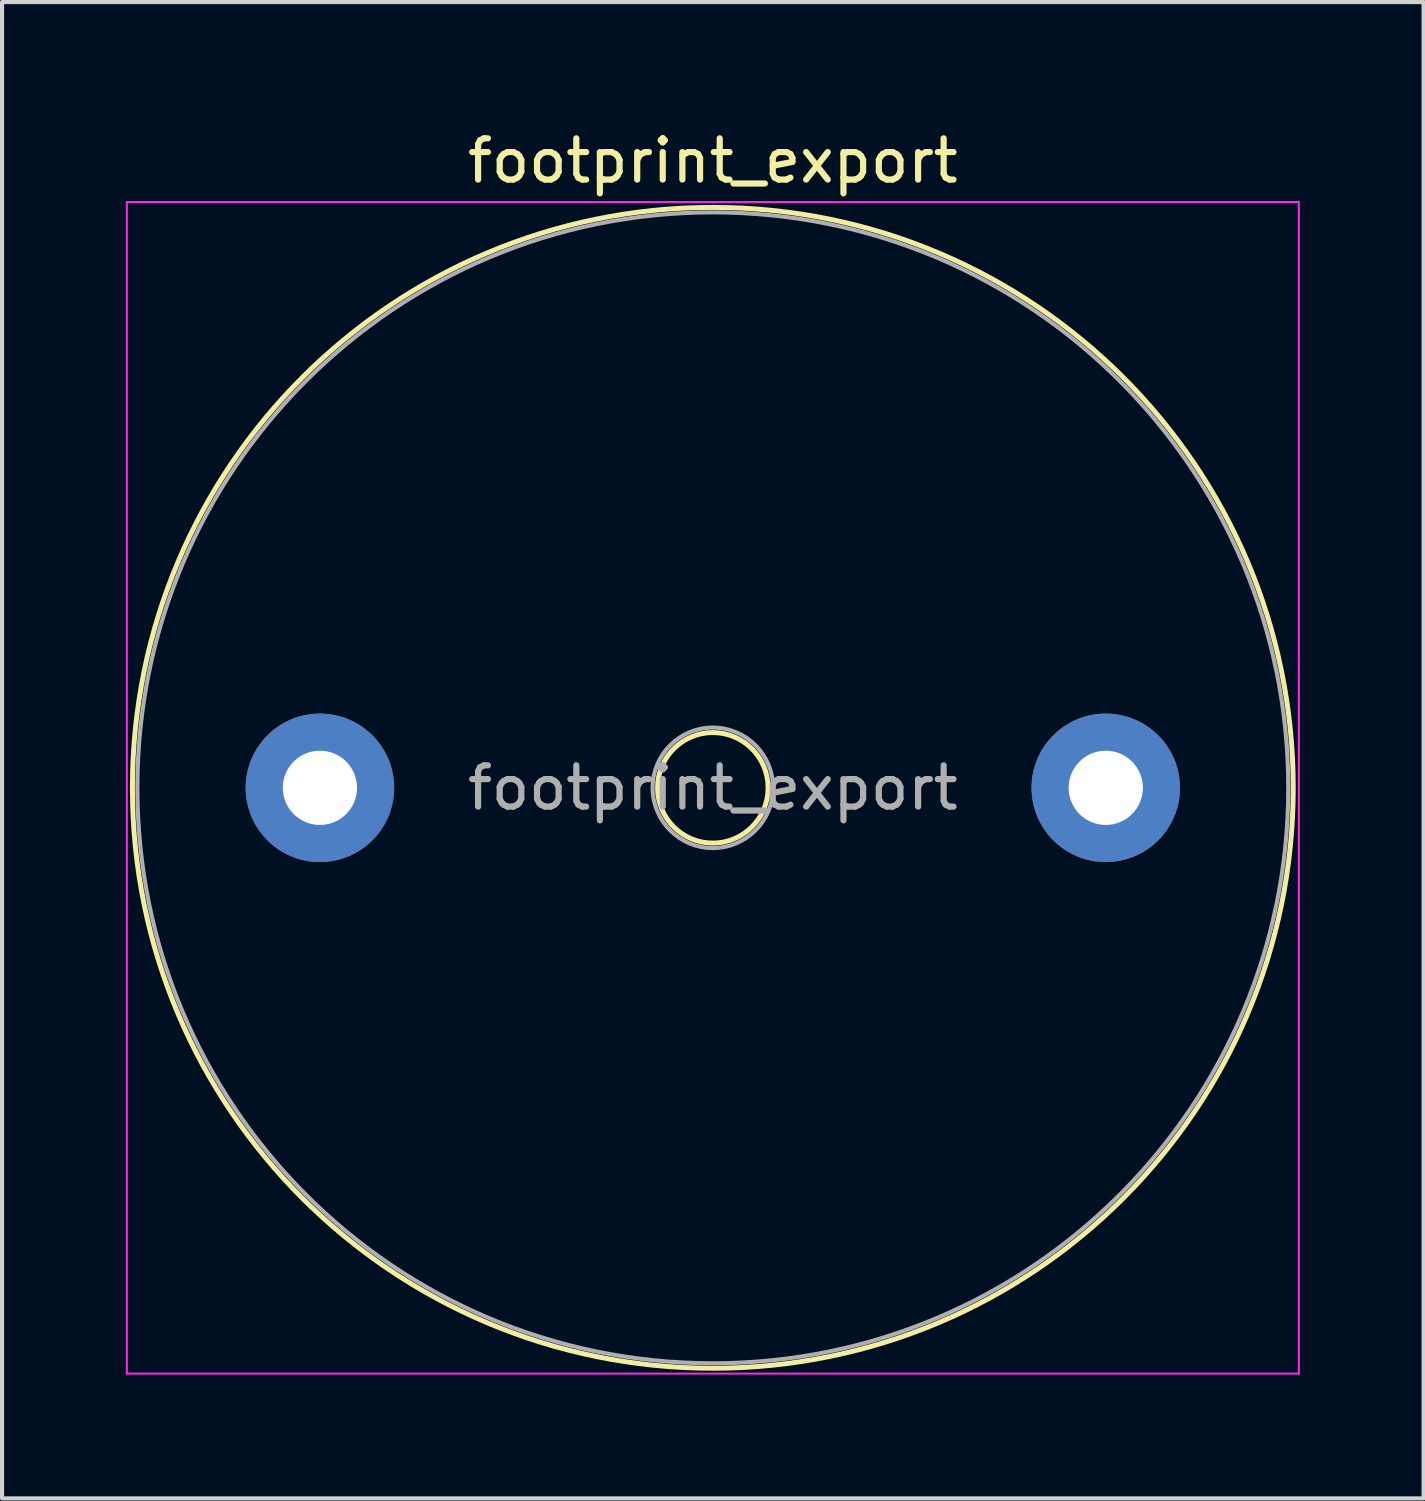
<source format=kicad_pcb>
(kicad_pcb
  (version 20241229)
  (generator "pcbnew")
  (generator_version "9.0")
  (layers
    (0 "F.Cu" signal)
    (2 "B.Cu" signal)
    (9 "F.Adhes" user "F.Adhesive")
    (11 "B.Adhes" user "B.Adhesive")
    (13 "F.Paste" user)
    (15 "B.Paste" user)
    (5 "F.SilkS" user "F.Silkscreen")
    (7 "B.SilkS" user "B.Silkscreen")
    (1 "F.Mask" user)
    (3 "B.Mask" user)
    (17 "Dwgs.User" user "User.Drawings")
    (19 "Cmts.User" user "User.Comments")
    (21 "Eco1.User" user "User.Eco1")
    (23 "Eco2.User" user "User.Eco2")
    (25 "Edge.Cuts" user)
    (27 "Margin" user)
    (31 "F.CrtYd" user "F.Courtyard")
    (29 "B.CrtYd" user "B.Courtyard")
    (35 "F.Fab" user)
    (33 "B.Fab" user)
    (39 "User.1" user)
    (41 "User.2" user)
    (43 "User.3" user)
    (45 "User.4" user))
  (footprint "footprint_export"
    (layer "F.Cu")
    (at 4.705 16.048)
    (property "Reference" "footprint_export" (at 9.525 -15.2 0) (layer "F.SilkS") (effects (font (size 1 1) (thickness 0.15))))
    (attr through_hole)
    (fp_circle (center 9.525 0) (end 10.865 0) (stroke (width 0.12) (type solid)) (fill no) (layer "F.SilkS"))
    (fp_circle (center 9.525 0) (end 23.595 0) (stroke (width 0.12) (type solid)) (fill no) (layer "F.SilkS"))
    (fp_line (start -4.68 -14.2) (end -4.68 14.2) (stroke (width 0.05) (type solid)) (layer "F.CrtYd"))
    (fp_line (start -4.68 14.2) (end 23.73 14.2) (stroke (width 0.05) (type solid)) (layer "F.CrtYd"))
    (fp_line (start 23.73 -14.2) (end -4.68 -14.2) (stroke (width 0.05) (type solid)) (layer "F.CrtYd"))
    (fp_line (start 23.73 14.2) (end 23.73 -14.2) (stroke (width 0.05) (type solid)) (layer "F.CrtYd"))
    (fp_circle (center 9.525 0) (end 10.985 0) (stroke (width 0.1) (type solid)) (fill no) (layer "F.Fab"))
    (fp_circle (center 9.525 0) (end 23.475 0) (stroke (width 0.1) (type solid)) (fill no) (layer "F.Fab"))
    (fp_text user "${REFERENCE}" (at 9.525 0 0) (layer "F.Fab") (effects (font (size 1 1) (thickness 0.15))))
    (pad "1" thru_hole circle (at 0 0) (size 3.6 3.6) (drill 1.8) (layers "*.Cu" "*.Mask"))
    (pad "2" thru_hole circle (at 19.05 0) (size 3.6 3.6) (drill 1.8) (layers "*.Cu" "*.Mask")))
  (gr_rect
    (start -3 -3)
    (end 31.46 33.273)
    (stroke (width 0.1) (type default))
    (fill no)
    (layer "Edge.Cuts")))
</source>
